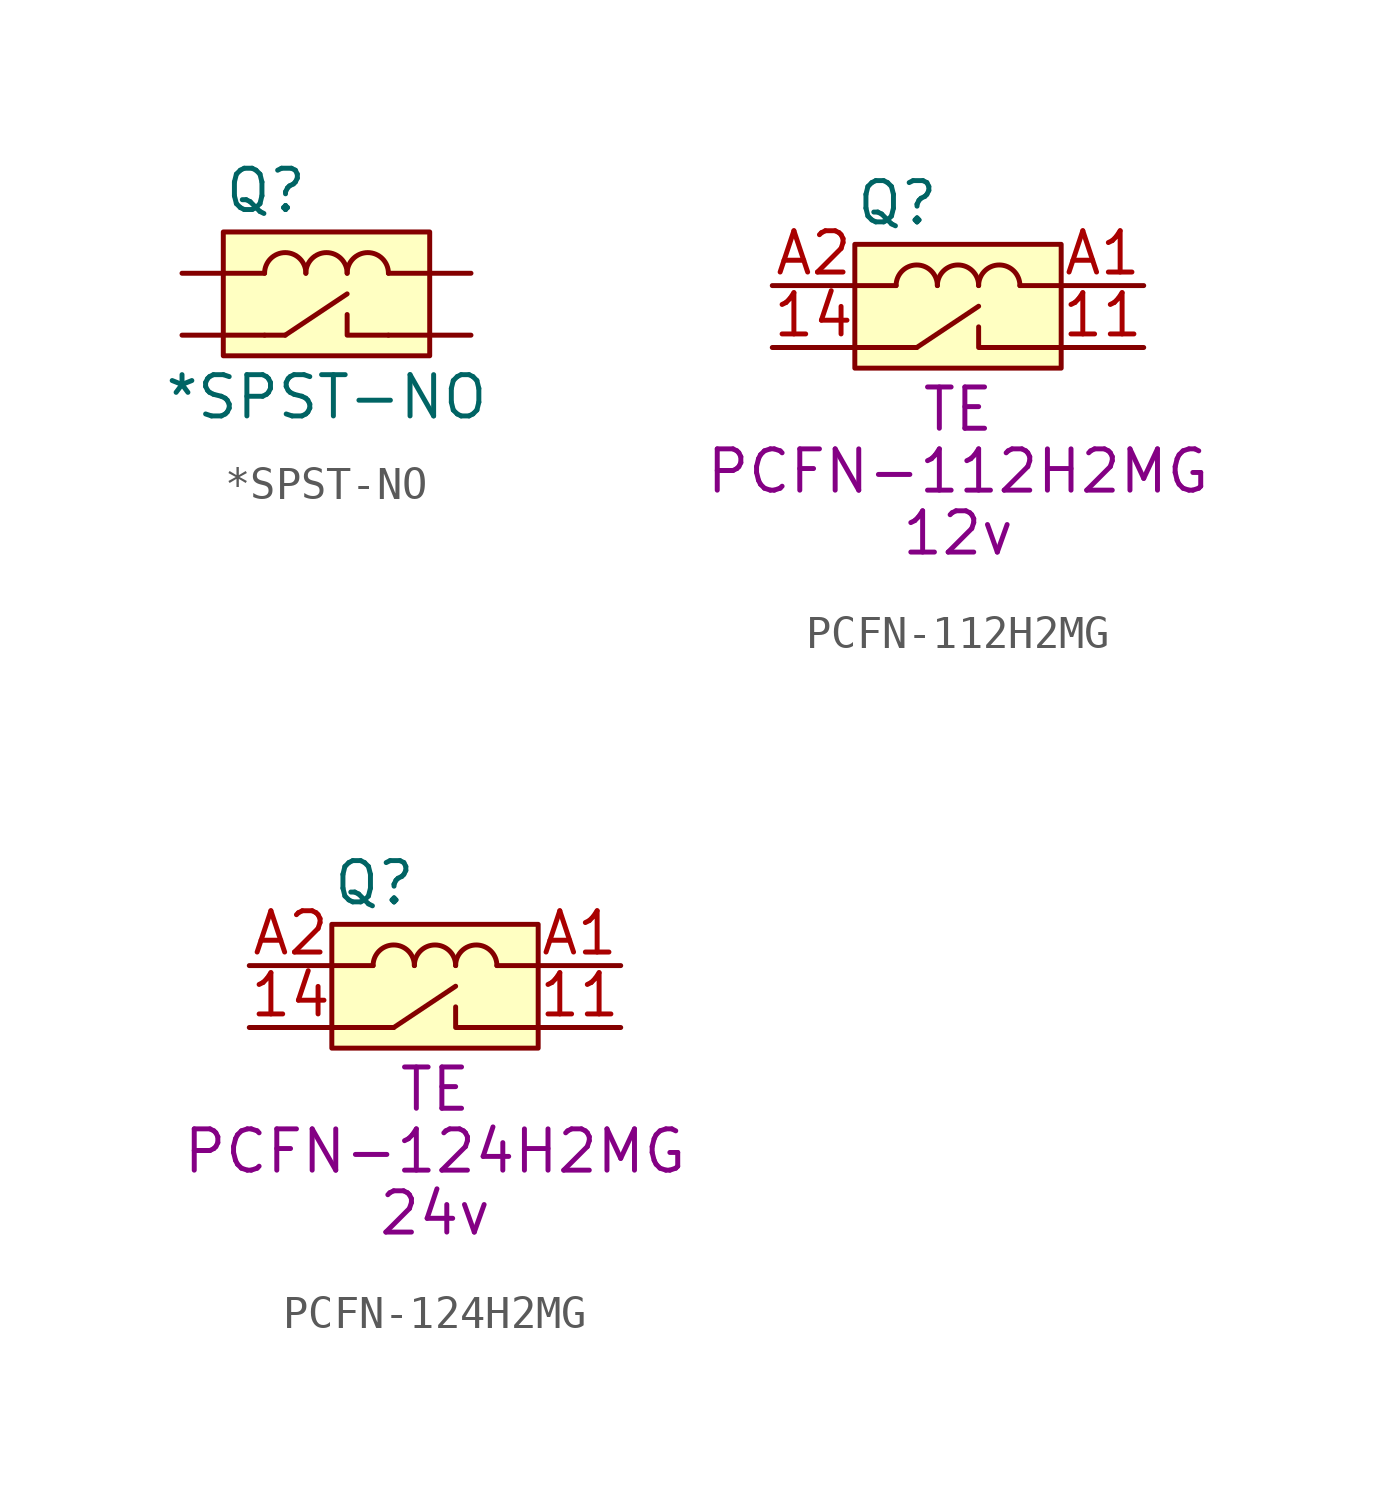
<source format=kicad_sym>
(kicad_symbol_lib
  (version 20211014)
  (generator kicad_symbol_editor)
  (symbol "*SPST-NO"
    (pin_names
      (offset 1.016))
    (property "Reference" "Q"
      (at -3.175 2.54 0)
      (effects (font (size 1.27 1.27)) (justify left)))
    (property "Value" "*SPST-NO"
      (at 0 -3.81 0)
      (effects (font (size 1.27 1.27))))
    (symbol "*SPST-NO_0_1"
      (rectangle (start -3.175 1.27) (end 3.175 -2.54) (stroke (width 0) (type default) (color 0 0 0 0)) (fill (type background)))
      (polyline (pts (xy -1.905 -1.905) (xy -1.27 -1.905)) (stroke (width 0) (type default) (color 0 0 0 0)) (fill (type none)))
      (polyline (pts (xy -1.27 -1.905) (xy 0.635 -0.635)) (stroke (width 0) (type default) (color 0 0 0 0)) (fill (type none)))
      (polyline (pts (xy 1.905 -1.905) (xy 0.635 -1.905) (xy 0.635 -1.27)) (stroke (width 0) (type default) (color 0 0 0 0)) (fill (type none)))
      (arc (start 0.635 0) (mid 0 0.635) (end -0.635 0) (stroke (width 0) (type default) (color 0 0 0 0)) (fill (type none))))
    (symbol "*SPST-NO_1_1"
      (arc (start -0.635 0) (mid -1.27 0.635) (end -1.905 0) (stroke (width 0) (type default) (color 0 0 0 0)) (fill (type none)))
      (arc (start 1.905 0) (mid 1.27 0.635) (end 0.635 0) (stroke (width 0) (type default) (color 0 0 0 0)) (fill (type none)))
      (pin unspecified line (at -4.445 -1.905 0) (length 2.54) (name "~" (effects (font (size 1.27 1.27)))) (number "~" (effects (font (size 1.27 1.27)))))
      (pin unspecified line (at -4.445 0 0) (length 2.54) (name "~" (effects (font (size 1.27 1.27)))) (number "~" (effects (font (size 1.27 1.27)))))
      (pin unspecified line (at 4.445 -1.905 180) (length 2.54) (name "~" (effects (font (size 1.27 1.27)))) (number "~" (effects (font (size 1.27 1.27)))))
      (pin unspecified line (at 4.445 0 180) (length 2.54) (name "~" (effects (font (size 1.27 1.27)))) (number "~" (effects (font (size 1.27 1.27)))))))
  (symbol "PCFN-112H2MG"
    (pin_names
      (offset 1.016))
    (property "Reference" "Q"
      (at -3.175 2.54 0)
      (effects (font (size 1.27 1.27)) (justify left)))
    (property "Manufacturer" "TE"
      (at 0 -3.81 0)
      (effects (font (size 1.27 1.27))))
    (property "MPN" "PCFN-112H2MG"
      (at 0 -5.715 0)
      (effects (font (size 1.27 1.27))))
    (property "Coil Voltage" "12v"
      (at 0 -7.62 0)
      (effects (font (size 1.27 1.27))))
    (symbol "PCFN-112H2MG_0_1"
      (rectangle (start -3.175 1.27) (end 3.175 -2.54) (stroke (width 0) (type default) (color 0 0 0 0)) (fill (type background)))
      (polyline (pts (xy -3.175 -1.905) (xy -1.905 -1.905)) (stroke (width 0) (type default) (color 0 0 0 0)) (fill (type none)))
      (polyline (pts (xy -1.905 -1.905) (xy -1.27 -1.905)) (stroke (width 0) (type default) (color 0 0 0 0)) (fill (type none)))
      (polyline (pts (xy -1.905 0) (xy -3.175 0)) (stroke (width 0) (type default) (color 0 0 0 0)) (fill (type none)))
      (polyline (pts (xy -1.27 -1.905) (xy 0.635 -0.635)) (stroke (width 0) (type default) (color 0 0 0 0)) (fill (type none)))
      (polyline (pts (xy 3.175 -1.905) (xy 1.905 -1.905)) (stroke (width 0) (type default) (color 0 0 0 0)) (fill (type none)))
      (polyline (pts (xy 3.175 0) (xy 1.905 0)) (stroke (width 0) (type default) (color 0 0 0 0)) (fill (type none)))
      (polyline (pts (xy 1.905 -1.905) (xy 0.635 -1.905) (xy 0.635 -1.27)) (stroke (width 0) (type default) (color 0 0 0 0)) (fill (type none)))
      (arc (start 0.635 0) (mid 0 0.635) (end -0.635 0) (stroke (width 0) (type default) (color 0 0 0 0)) (fill (type none))))
    (symbol "PCFN-112H2MG_1_1"
      (arc (start -0.635 0) (mid -1.27 0.635) (end -1.905 0) (stroke (width 0) (type default) (color 0 0 0 0)) (fill (type none)))
      (arc (start 1.905 0) (mid 1.27 0.635) (end 0.635 0) (stroke (width 0) (type default) (color 0 0 0 0)) (fill (type none)))
      (pin unspecified line (at 5.715 -1.905 180) (length 2.54) (name "~" (effects (font (size 1.27 1.27)))) (number "11" (effects (font (size 1.27 1.27)))))
      (pin unspecified line (at -5.715 -1.905 0) (length 2.54) (name "~" (effects (font (size 1.27 1.27)))) (number "14" (effects (font (size 1.27 1.27)))))
      (pin unspecified line (at 5.715 0 180) (length 2.54) (name "~" (effects (font (size 1.27 1.27)))) (number "A1" (effects (font (size 1.27 1.27)))))
      (pin unspecified line (at -5.715 0 0) (length 2.54) (name "~" (effects (font (size 1.27 1.27)))) (number "A2" (effects (font (size 1.27 1.27)))))))
  (symbol "PCFN-124H2MG"
    (pin_names
      (offset 1.016))
    (property "Reference" "Q"
      (at -3.175 2.54 0)
      (effects (font (size 1.27 1.27)) (justify left)))
    (property "Manufacturer" "TE"
      (at 0 -3.81 0)
      (effects (font (size 1.27 1.27))))
    (property "MPN" "PCFN-124H2MG"
      (at 0 -5.715 0)
      (effects (font (size 1.27 1.27))))
    (property "Coil Voltage" "24v"
      (at 0 -7.62 0)
      (effects (font (size 1.27 1.27))))
    (symbol "PCFN-124H2MG_0_1"
      (rectangle (start -3.175 1.27) (end 3.175 -2.54) (stroke (width 0) (type default) (color 0 0 0 0)) (fill (type background)))
      (polyline (pts (xy -3.175 -1.905) (xy -1.905 -1.905)) (stroke (width 0) (type default) (color 0 0 0 0)) (fill (type none)))
      (polyline (pts (xy -1.905 -1.905) (xy -1.27 -1.905)) (stroke (width 0) (type default) (color 0 0 0 0)) (fill (type none)))
      (polyline (pts (xy -1.905 0) (xy -3.175 0)) (stroke (width 0) (type default) (color 0 0 0 0)) (fill (type none)))
      (polyline (pts (xy -1.27 -1.905) (xy 0.635 -0.635)) (stroke (width 0) (type default) (color 0 0 0 0)) (fill (type none)))
      (polyline (pts (xy 3.175 -1.905) (xy 1.905 -1.905)) (stroke (width 0) (type default) (color 0 0 0 0)) (fill (type none)))
      (polyline (pts (xy 3.175 0) (xy 1.905 0)) (stroke (width 0) (type default) (color 0 0 0 0)) (fill (type none)))
      (polyline (pts (xy 1.905 -1.905) (xy 0.635 -1.905) (xy 0.635 -1.27)) (stroke (width 0) (type default) (color 0 0 0 0)) (fill (type none)))
      (arc (start 0.635 0) (mid 0 0.635) (end -0.635 0) (stroke (width 0) (type default) (color 0 0 0 0)) (fill (type none))))
    (symbol "PCFN-124H2MG_1_1"
      (arc (start -0.635 0) (mid -1.27 0.635) (end -1.905 0) (stroke (width 0) (type default) (color 0 0 0 0)) (fill (type none)))
      (arc (start 1.905 0) (mid 1.27 0.635) (end 0.635 0) (stroke (width 0) (type default) (color 0 0 0 0)) (fill (type none)))
      (pin unspecified line (at 5.715 -1.905 180) (length 2.54) (name "~" (effects (font (size 1.27 1.27)))) (number "11" (effects (font (size 1.27 1.27)))))
      (pin unspecified line (at -5.715 -1.905 0) (length 2.54) (name "~" (effects (font (size 1.27 1.27)))) (number "14" (effects (font (size 1.27 1.27)))))
      (pin unspecified line (at 5.715 0 180) (length 2.54) (name "~" (effects (font (size 1.27 1.27)))) (number "A1" (effects (font (size 1.27 1.27)))))
      (pin unspecified line (at -5.715 0 0) (length 2.54) (name "~" (effects (font (size 1.27 1.27)))) (number "A2" (effects (font (size 1.27 1.27))))))))
</source>
